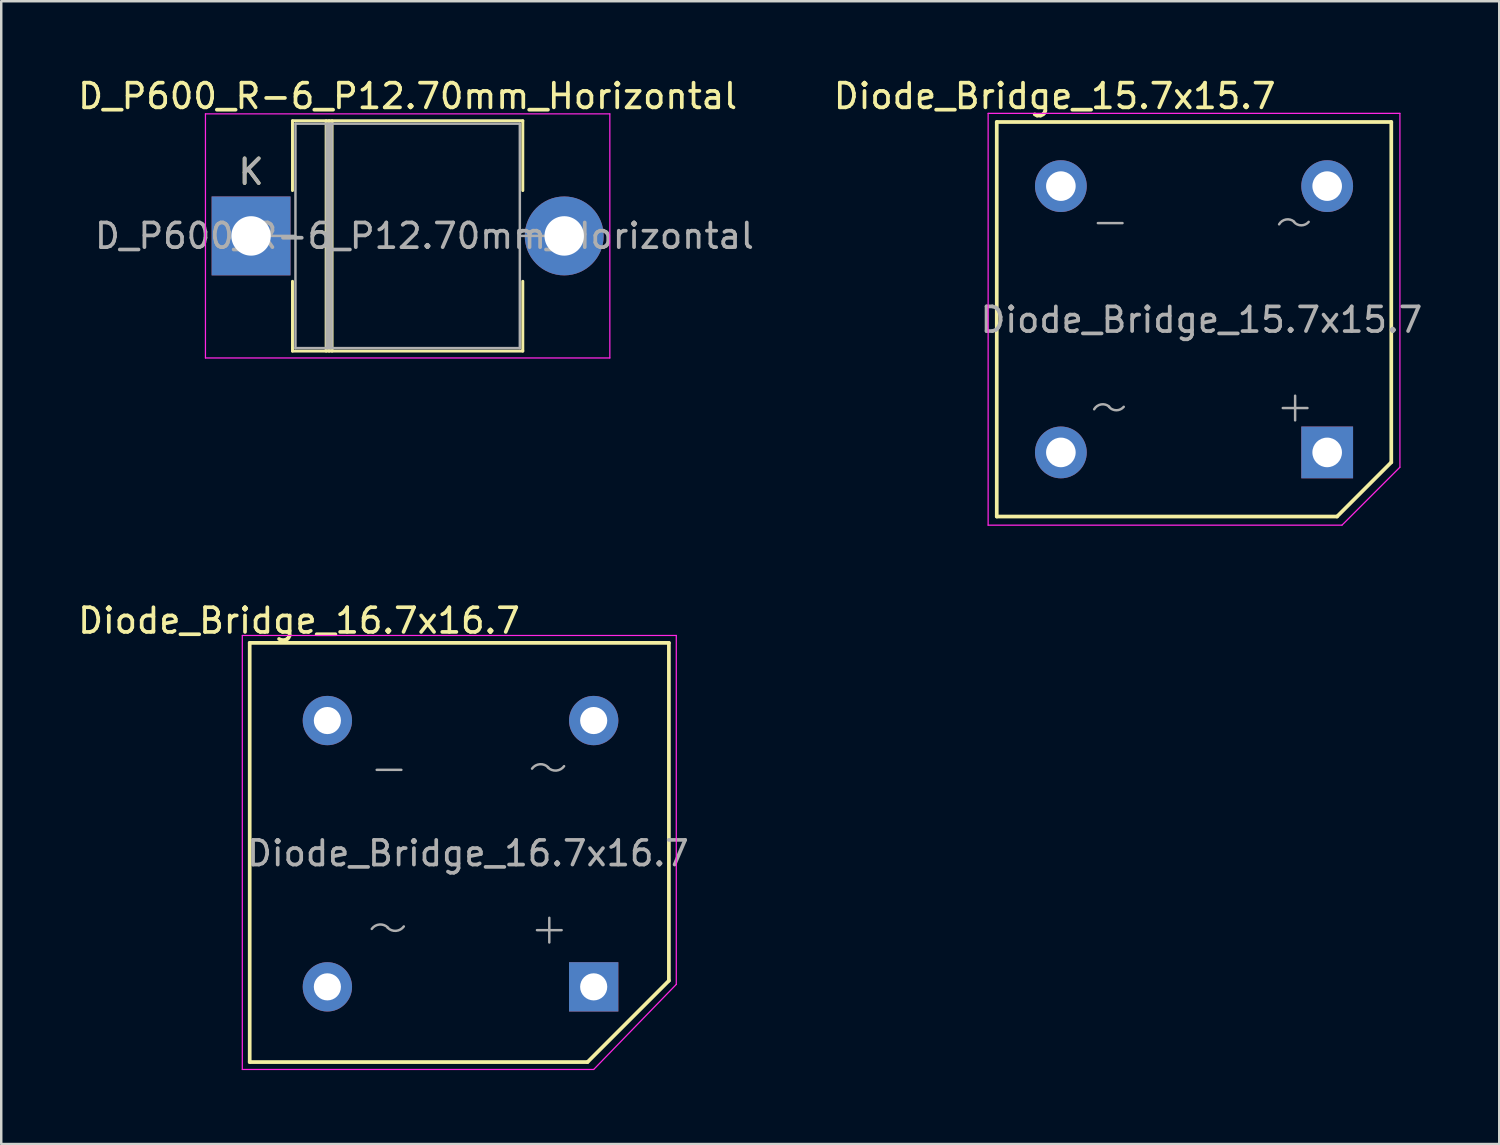
<source format=kicad_pcb>
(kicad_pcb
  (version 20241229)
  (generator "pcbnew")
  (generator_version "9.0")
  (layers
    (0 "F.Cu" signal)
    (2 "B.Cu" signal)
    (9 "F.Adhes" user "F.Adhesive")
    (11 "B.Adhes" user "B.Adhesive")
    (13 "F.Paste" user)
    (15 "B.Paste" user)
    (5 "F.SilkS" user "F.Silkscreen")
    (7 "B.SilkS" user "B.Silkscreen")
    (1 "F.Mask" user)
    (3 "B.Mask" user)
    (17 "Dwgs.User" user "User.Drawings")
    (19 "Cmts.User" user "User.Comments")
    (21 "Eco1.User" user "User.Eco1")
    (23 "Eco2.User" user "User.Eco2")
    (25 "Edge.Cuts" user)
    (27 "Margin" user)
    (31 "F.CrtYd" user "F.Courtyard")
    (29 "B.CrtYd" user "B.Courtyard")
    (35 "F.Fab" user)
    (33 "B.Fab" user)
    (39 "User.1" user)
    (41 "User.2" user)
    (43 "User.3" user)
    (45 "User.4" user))
  (footprint "Diode_Bridge_16.7x16.7"
    (layer "F.Cu")
    (at 10.227 26.172)
    (property "Reference" "Diode_Bridge_16.7x16.7" (at -1.15 -4.05 0) (layer "F.SilkS") (effects (font (size 1 1) (thickness 0.15))))
    (attr through_hole)
    (fp_line (start -3.15 -3.15) (end 13.85 -3.15) (stroke (width 0.15) (type solid)) (layer "F.SilkS"))
    (fp_line (start -3.15 13.85) (end -3.15 -3.15) (stroke (width 0.15) (type solid)) (layer "F.SilkS"))
    (fp_line (start 10.55 13.85) (end -3.15 13.85) (stroke (width 0.15) (type solid)) (layer "F.SilkS"))
    (fp_line (start 13.85 -3.15) (end 13.85 10.55) (stroke (width 0.15) (type solid)) (layer "F.SilkS"))
    (fp_line (start 13.85 10.55) (end 10.55 13.85) (stroke (width 0.15) (type solid)) (layer "F.SilkS"))
    (fp_line (start -3.45 -3.45) (end 14.15 -3.45) (stroke (width 0.05) (type solid)) (layer "F.CrtYd"))
    (fp_line (start -3.45 14.15) (end -3.45 -3.45) (stroke (width 0.05) (type solid)) (layer "F.CrtYd"))
    (fp_line (start 10.8 14.15) (end -3.45 14.15) (stroke (width 0.05) (type solid)) (layer "F.CrtYd"))
    (fp_line (start 14.15 -3.45) (end 14.15 10.7) (stroke (width 0.05) (type solid)) (layer "F.CrtYd"))
    (fp_line (start 14.15 10.7) (end 10.8 14.15) (stroke (width 0.05) (type solid)) (layer "F.CrtYd"))
    (fp_line (start 2 2) (end 3 2) (stroke (width 0.1) (type solid)) (layer "F.Fab"))
    (fp_line (start 8.5 8.5) (end 9.5 8.5) (stroke (width 0.1) (type solid)) (layer "F.Fab"))
    (fp_line (start 9 8) (end 9 9) (stroke (width 0.1) (type solid)) (layer "F.Fab"))
    (fp_arc (start 1.8 8.45) (mid 2.116535 8.271188) (end 2.456979 8.398729) (stroke (width 0.1) (type solid)) (layer "F.Fab"))
    (fp_arc (start 3.1 8.35) (mid 2.783465 8.528812) (end 2.443021 8.401271) (stroke (width 0.1) (type solid)) (layer "F.Fab"))
    (fp_arc (start 8.3 1.95) (mid 8.616535 1.771188) (end 8.956979 1.898729) (stroke (width 0.1) (type solid)) (layer "F.Fab"))
    (fp_arc (start 9.6 1.85) (mid 9.283465 2.028812) (end 8.943021 1.901271) (stroke (width 0.1) (type solid)) (layer "F.Fab"))
    (fp_text user "${REFERENCE}" (at 5.7 5.385 0) (layer "F.Fab") (effects (font (size 1 1) (thickness 0.15))))
    (pad "1" thru_hole circle (at 0 0) (size 2 2) (drill 1.1) (layers "*.Cu" "*.Mask"))
    (pad "2" thru_hole circle (at 0 10.8) (size 2 2) (drill 1.1) (layers "*.Cu" "*.Mask"))
    (pad "3" thru_hole rect (at 10.8 10.8) (size 2 2) (drill 1.1) (layers "*.Cu" "*.Mask"))
    (pad "4" thru_hole circle (at 10.8 0) (size 2 2) (drill 1.1) (layers "*.Cu" "*.Mask")))
  (footprint "Diode_Bridge_15.7x15.7"
    (layer "F.Cu")
    (at 39.974 4.498)
    (property "Reference" "Diode_Bridge_15.7x15.7" (at -0.25 -3.65 0) (layer "F.SilkS") (effects (font (size 1 1) (thickness 0.15))))
    (attr through_hole)
    (fp_line (start -2.6 -2.6) (end 13.4 -2.6) (stroke (width 0.15) (type solid)) (layer "F.SilkS"))
    (fp_line (start -2.6 13.4) (end -2.6 -2.6) (stroke (width 0.15) (type solid)) (layer "F.SilkS"))
    (fp_line (start 11.2 13.4) (end -2.6 13.4) (stroke (width 0.15) (type solid)) (layer "F.SilkS"))
    (fp_line (start 13.4 -2.6) (end 13.4 11.2) (stroke (width 0.15) (type solid)) (layer "F.SilkS"))
    (fp_line (start 13.4 11.2) (end 11.2 13.4) (stroke (width 0.15) (type solid)) (layer "F.SilkS"))
    (fp_line (start -2.95 -2.95) (end 13.75 -2.95) (stroke (width 0.05) (type solid)) (layer "F.CrtYd"))
    (fp_line (start -2.95 13.75) (end -2.95 -2.95) (stroke (width 0.05) (type solid)) (layer "F.CrtYd"))
    (fp_line (start 11.4 13.75) (end -2.95 13.75) (stroke (width 0.05) (type solid)) (layer "F.CrtYd"))
    (fp_line (start 13.75 -2.95) (end 13.75 11.4) (stroke (width 0.05) (type solid)) (layer "F.CrtYd"))
    (fp_line (start 13.75 11.4) (end 11.4 13.75) (stroke (width 0.05) (type solid)) (layer "F.CrtYd"))
    (fp_line (start 2.5 1.5) (end 1.5 1.5) (stroke (width 0.1) (type solid)) (layer "F.Fab"))
    (fp_line (start 9 9) (end 10 9) (stroke (width 0.1) (type solid)) (layer "F.Fab"))
    (fp_line (start 9.5 8.5) (end 9.5 9.5) (stroke (width 0.1) (type solid)) (layer "F.Fab"))
    (fp_arc (start 1.35 9.05) (mid 1.628233 8.853327) (end 1.957738 8.940047) (stroke (width 0.1) (type solid)) (layer "F.Fab"))
    (fp_arc (start 2.55 8.95) (mid 2.251325 9.09051) (end 1.951704 8.95203) (stroke (width 0.1) (type solid)) (layer "F.Fab"))
    (fp_arc (start 8.85 1.55) (mid 9.128233 1.353327) (end 9.457738 1.440047) (stroke (width 0.1) (type solid)) (layer "F.Fab"))
    (fp_arc (start 10.05 1.45) (mid 9.751325 1.59051) (end 9.451704 1.45203) (stroke (width 0.1) (type solid)) (layer "F.Fab"))
    (fp_text user "${REFERENCE}" (at 5.7 5.423 0) (layer "F.Fab") (effects (font (size 1 1) (thickness 0.15))))
    (pad "1" thru_hole circle (at 0 0) (size 2.1 2.1) (drill 1.2) (layers "*.Cu" "*.Mask"))
    (pad "2" thru_hole circle (at 0 10.8) (size 2.1 2.1) (drill 1.2) (layers "*.Cu" "*.Mask"))
    (pad "3" thru_hole rect (at 10.8 10.8) (size 2.1 2.1) (drill 1.2) (layers "*.Cu" "*.Mask"))
    (pad "4" thru_hole circle (at 10.8 0) (size 2.1 2.1) (drill 1.2) (layers "*.Cu" "*.Mask")))
  (footprint "D_P600_R-6_P12.70mm_Horizontal"
    (layer "F.Cu")
    (at 7.132 6.518)
    (property "Reference" "D_P600_R-6_P12.70mm_Horizontal" (at 6.35 -5.67 0) (layer "F.SilkS") (effects (font (size 1 1) (thickness 0.15))))
    (attr through_hole)
    (fp_line (start 1.68 -4.67) (end 11.02 -4.67) (stroke (width 0.12) (type solid)) (layer "F.SilkS"))
    (fp_line (start 1.68 -1.84) (end 1.68 -4.67) (stroke (width 0.12) (type solid)) (layer "F.SilkS"))
    (fp_line (start 1.68 1.84) (end 1.68 4.67) (stroke (width 0.12) (type solid)) (layer "F.SilkS"))
    (fp_line (start 1.68 4.67) (end 11.02 4.67) (stroke (width 0.12) (type solid)) (layer "F.SilkS"))
    (fp_line (start 3.045 -4.67) (end 3.045 4.67) (stroke (width 0.12) (type solid)) (layer "F.SilkS"))
    (fp_line (start 3.165 -4.67) (end 3.165 4.67) (stroke (width 0.12) (type solid)) (layer "F.SilkS"))
    (fp_line (start 3.285 -4.67) (end 3.285 4.67) (stroke (width 0.12) (type solid)) (layer "F.SilkS"))
    (fp_line (start 11.02 -4.67) (end 11.02 -1.84) (stroke (width 0.12) (type solid)) (layer "F.SilkS"))
    (fp_line (start 11.02 4.67) (end 11.02 1.84) (stroke (width 0.12) (type solid)) (layer "F.SilkS"))
    (fp_line (start -1.85 -4.95) (end -1.85 4.95) (stroke (width 0.05) (type solid)) (layer "F.CrtYd"))
    (fp_line (start -1.85 4.95) (end 14.55 4.95) (stroke (width 0.05) (type solid)) (layer "F.CrtYd"))
    (fp_line (start 14.55 -4.95) (end -1.85 -4.95) (stroke (width 0.05) (type solid)) (layer "F.CrtYd"))
    (fp_line (start 14.55 4.95) (end 14.55 -4.95) (stroke (width 0.05) (type solid)) (layer "F.CrtYd"))
    (fp_line (start 0 0) (end 1.8 0) (stroke (width 0.1) (type solid)) (layer "F.Fab"))
    (fp_line (start 1.8 -4.55) (end 1.8 4.55) (stroke (width 0.1) (type solid)) (layer "F.Fab"))
    (fp_line (start 1.8 4.55) (end 10.9 4.55) (stroke (width 0.1) (type solid)) (layer "F.Fab"))
    (fp_line (start 3.065 -4.55) (end 3.065 4.55) (stroke (width 0.1) (type solid)) (layer "F.Fab"))
    (fp_line (start 3.165 -4.55) (end 3.165 4.55) (stroke (width 0.1) (type solid)) (layer "F.Fab"))
    (fp_line (start 3.265 -4.55) (end 3.265 4.55) (stroke (width 0.1) (type solid)) (layer "F.Fab"))
    (fp_line (start 10.9 -4.55) (end 1.8 -4.55) (stroke (width 0.1) (type solid)) (layer "F.Fab"))
    (fp_line (start 10.9 4.55) (end 10.9 -4.55) (stroke (width 0.1) (type solid)) (layer "F.Fab"))
    (fp_line (start 12.7 0) (end 10.9 0) (stroke (width 0.1) (type solid)) (layer "F.Fab"))
    (fp_text user "K" (at 0 -2.6 0) (layer "F.SilkS") (effects (font (size 1 1) (thickness 0.15))))
    (fp_text user "${REFERENCE}" (at 7.032 0 0) (layer "F.Fab") (effects (font (size 1 1) (thickness 0.15))))
    (fp_text user "K" (at 0 -2.6 0) (layer "F.Fab") (effects (font (size 1 1) (thickness 0.15))))
    (pad "1" thru_hole rect (at 0 0) (size 3.2 3.2) (drill 1.6) (layers "*.Cu" "*.Mask"))
    (pad "2" thru_hole oval (at 12.7 0) (size 3.2 3.2) (drill 1.6) (layers "*.Cu" "*.Mask")))
  (gr_rect
    (start -3 -3)
    (end 57.752 43.346)
    (stroke (width 0.1) (type default))
    (fill no)
    (layer "Edge.Cuts")))
</source>
